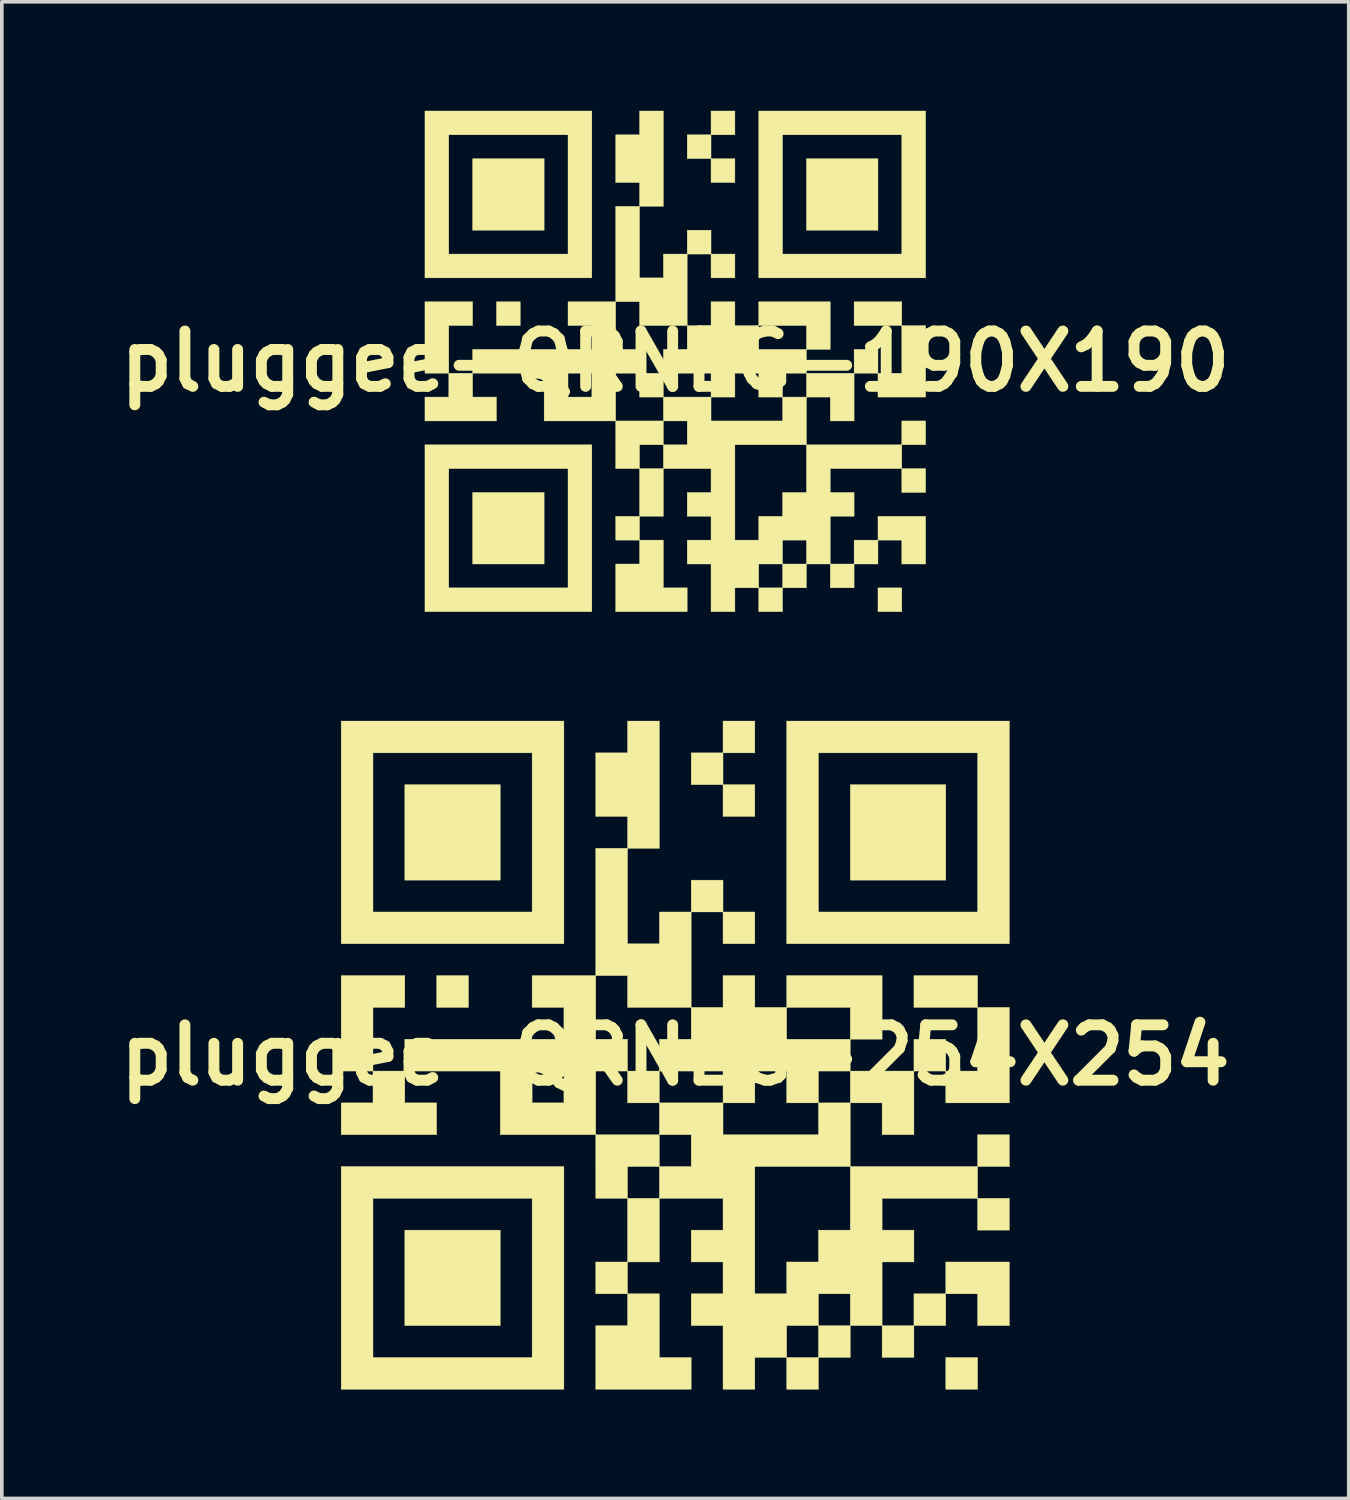
<source format=kicad_pcb>
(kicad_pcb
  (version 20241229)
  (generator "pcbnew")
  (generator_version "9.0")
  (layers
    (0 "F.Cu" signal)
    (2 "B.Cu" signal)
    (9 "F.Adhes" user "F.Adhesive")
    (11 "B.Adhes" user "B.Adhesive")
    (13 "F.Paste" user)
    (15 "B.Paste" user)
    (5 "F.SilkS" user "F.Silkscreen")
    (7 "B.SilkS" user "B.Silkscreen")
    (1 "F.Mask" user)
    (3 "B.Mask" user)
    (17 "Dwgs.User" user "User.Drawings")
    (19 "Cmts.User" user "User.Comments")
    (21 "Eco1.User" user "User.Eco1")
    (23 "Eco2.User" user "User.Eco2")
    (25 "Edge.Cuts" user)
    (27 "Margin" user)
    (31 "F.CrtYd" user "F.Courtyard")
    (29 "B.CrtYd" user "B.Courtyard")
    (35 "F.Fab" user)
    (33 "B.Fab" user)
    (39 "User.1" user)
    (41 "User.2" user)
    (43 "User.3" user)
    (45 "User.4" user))
  (footprint "pluggee-QRNEG-190X190"
    (layer "F.Cu")
    (at 15.538 6.896)
    (property "Reference" "pluggee-QRNEG-190X190" (at 0 0 0) (layer "F.SilkS") (effects (font (size 1.524 1.524) (thickness 0.3))))
    (attr through_hole)
    (fp_poly (pts (xy -4.266 -0.984) (xy -4.922 -0.984) (xy -4.922 -1.641) (xy -4.266 -1.641) (xy -4.266 -0.984)) (stroke (width 0.01) (type solid)) (fill yes) (layer "F.SilkS"))
    (fp_poly (pts (xy -3.61 -3.61) (xy -5.579 -3.61) (xy -5.579 -5.579) (xy -3.61 -5.579) (xy -3.61 -3.61)) (stroke (width 0.01) (type solid)) (fill yes) (layer "F.SilkS"))
    (fp_poly (pts (xy -3.61 5.579) (xy -5.579 5.579) (xy -5.579 3.61) (xy -3.61 3.61) (xy -3.61 5.579)) (stroke (width 0.01) (type solid)) (fill yes) (layer "F.SilkS"))
    (fp_poly (pts (xy -0.984 4.922) (xy -1.641 4.922) (xy -1.641 4.266) (xy -0.984 4.266) (xy -0.984 4.922)) (stroke (width 0.01) (type solid)) (fill yes) (layer "F.SilkS"))
    (fp_poly (pts (xy -0.328 0.984) (xy -0.984 0.984) (xy -0.984 0.328) (xy -0.328 0.328) (xy -0.328 0.984)) (stroke (width 0.01) (type solid)) (fill yes) (layer "F.SilkS"))
    (fp_poly (pts (xy 0.984 -5.579) (xy 0.328 -5.579) (xy 0.328 -6.235) (xy 0.984 -6.235) (xy 0.984 -5.579)) (stroke (width 0.01) (type solid)) (fill yes) (layer "F.SilkS"))
    (fp_poly (pts (xy 0.984 -2.953) (xy 0.328 -2.953) (xy 0.328 -3.61) (xy 0.984 -3.61) (xy 0.984 -2.953)) (stroke (width 0.01) (type solid)) (fill yes) (layer "F.SilkS"))
    (fp_poly (pts (xy 1.641 -6.235) (xy 0.984 -6.235) (xy 0.984 -6.891) (xy 1.641 -6.891) (xy 1.641 -6.235)) (stroke (width 0.01) (type solid)) (fill yes) (layer "F.SilkS"))
    (fp_poly (pts (xy 1.641 -4.922) (xy 0.984 -4.922) (xy 0.984 -5.579) (xy 1.641 -5.579) (xy 1.641 -4.922)) (stroke (width 0.01) (type solid)) (fill yes) (layer "F.SilkS"))
    (fp_poly (pts (xy 1.641 -2.297) (xy 0.984 -2.297) (xy 0.984 -2.953) (xy 1.641 -2.953) (xy 1.641 -2.297)) (stroke (width 0.01) (type solid)) (fill yes) (layer "F.SilkS"))
    (fp_poly (pts (xy 4.922 6.235) (xy 4.266 6.235) (xy 4.266 5.579) (xy 4.922 5.579) (xy 4.922 6.235)) (stroke (width 0.01) (type solid)) (fill yes) (layer "F.SilkS"))
    (fp_poly (pts (xy 5.579 -3.61) (xy 3.61 -3.61) (xy 3.61 -5.579) (xy 5.579 -5.579) (xy 5.579 -3.61)) (stroke (width 0.01) (type solid)) (fill yes) (layer "F.SilkS"))
    (fp_poly (pts (xy 5.579 0.328) (xy 4.922 0.328) (xy 4.922 -0.328) (xy 5.579 -0.328) (xy 5.579 0.328)) (stroke (width 0.01) (type solid)) (fill yes) (layer "F.SilkS"))
    (fp_poly (pts (xy 5.579 5.579) (xy 4.922 5.579) (xy 4.922 4.922) (xy 5.579 4.922) (xy 5.579 5.579)) (stroke (width 0.01) (type solid)) (fill yes) (layer "F.SilkS"))
    (fp_poly (pts (xy 6.235 -0.984) (xy 4.922 -0.984) (xy 4.922 -1.641) (xy 6.235 -1.641) (xy 6.235 -0.984)) (stroke (width 0.01) (type solid)) (fill yes) (layer "F.SilkS"))
    (fp_poly (pts (xy 6.235 6.891) (xy 5.579 6.891) (xy 5.579 6.235) (xy 6.235 6.235) (xy 6.235 6.891)) (stroke (width 0.01) (type solid)) (fill yes) (layer "F.SilkS"))
    (fp_poly (pts (xy 6.891 2.297) (xy 6.235 2.297) (xy 6.235 1.641) (xy 6.891 1.641) (xy 6.891 2.297)) (stroke (width 0.01) (type solid)) (fill yes) (layer "F.SilkS"))
    (fp_poly (pts (xy 6.891 3.61) (xy 6.235 3.61) (xy 6.235 2.953) (xy 6.891 2.953) (xy 6.891 3.61)) (stroke (width 0.01) (type solid)) (fill yes) (layer "F.SilkS"))
    (fp_poly (pts (xy -5.579 -0.984) (xy -6.235 -0.984) (xy -6.235 0.328) (xy -6.891 0.328) (xy -6.891 -1.641) (xy -5.579 -1.641) (xy -5.579 -0.984)) (stroke (width 0.01) (type solid)) (fill yes) (layer "F.SilkS"))
    (fp_poly (pts (xy 5.579 4.266) (xy 6.891 4.266) (xy 6.891 5.579) (xy 6.235 5.579) (xy 6.235 4.922) (xy 5.579 4.922) (xy 5.579 4.266)) (stroke (width 0.01) (type solid)) (fill yes) (layer "F.SilkS"))
    (fp_poly (pts (xy 6.891 0.984) (xy 5.579 0.984) (xy 5.579 0.328) (xy 6.235 0.328) (xy 6.235 -0.984) (xy 6.891 -0.984) (xy 6.891 0.984)) (stroke (width 0.01) (type solid)) (fill yes) (layer "F.SilkS"))
    (fp_poly (pts (xy -5.579 0.984) (xy -4.922 0.984) (xy -4.922 1.641) (xy -6.891 1.641) (xy -6.891 0.984) (xy -6.235 0.984) (xy -6.235 0.328) (xy -5.579 0.328) (xy -5.579 0.984)) (stroke (width 0.01) (type solid)) (fill yes) (layer "F.SilkS"))
    (fp_poly (pts (xy -0.328 -4.266) (xy -0.984 -4.266) (xy -0.984 -4.922) (xy -1.641 -4.922) (xy -1.641 -6.235) (xy -0.984 -6.235) (xy -0.984 -6.891) (xy -0.328 -6.891) (xy -0.328 -4.266)) (stroke (width 0.01) (type solid)) (fill yes) (layer "F.SilkS"))
    (fp_poly (pts (xy -0.328 6.235) (xy 0.328 6.235) (xy 0.328 6.891) (xy -1.641 6.891) (xy -1.641 5.579) (xy -0.984 5.579) (xy -0.984 4.922) (xy -0.328 4.922) (xy -0.328 6.235)) (stroke (width 0.01) (type solid)) (fill yes) (layer "F.SilkS"))
    (fp_poly (pts (xy -2.297 -2.297) (xy -6.891 -2.297) (xy -6.891 -6.235) (xy -6.235 -6.235) (xy -6.235 -2.953) (xy -2.953 -2.953) (xy -2.953 -6.235) (xy -6.235 -6.235) (xy -6.891 -6.235) (xy -6.891 -6.891) (xy -2.297 -6.891) (xy -2.297 -2.297)) (stroke (width 0.01) (type solid)) (fill yes) (layer "F.SilkS"))
    (fp_poly (pts (xy -2.297 6.891) (xy -6.891 6.891) (xy -6.891 2.953) (xy -6.235 2.953) (xy -6.235 6.235) (xy -2.953 6.235) (xy -2.953 2.953) (xy -6.235 2.953) (xy -6.891 2.953) (xy -6.891 2.297) (xy -2.297 2.297) (xy -2.297 6.891)) (stroke (width 0.01) (type solid)) (fill yes) (layer "F.SilkS"))
    (fp_poly (pts (xy 6.891 -2.297) (xy 2.297 -2.297) (xy 2.297 -6.235) (xy 2.953 -6.235) (xy 2.953 -2.953) (xy 6.235 -2.953) (xy 6.235 -6.235) (xy 2.953 -6.235) (xy 2.297 -6.235) (xy 2.297 -6.891) (xy 6.891 -6.891) (xy 6.891 -2.297)) (stroke (width 0.01) (type solid)) (fill yes) (layer "F.SilkS"))
    (fp_poly (pts (xy 6.235 2.297) (xy 6.235 2.953) (xy 4.266 2.953) (xy 4.266 3.61) (xy 4.922 3.61) (xy 4.922 4.266) (xy 4.266 4.266) (xy 4.266 5.579) (xy 3.61 5.579) (xy 3.61 6.235) (xy 2.953 6.235) (xy 2.953 6.891) (xy 2.297 6.891) (xy 2.297 6.235) (xy 1.641 6.235) (xy 1.641 6.891) (xy 0.984 6.891) (xy 0.984 5.579) (xy 2.297 5.579) (xy 2.297 6.235) (xy 2.953 6.235) (xy 2.953 5.579) (xy 2.297 5.579) (xy 0.984 5.579) (xy 0.328 5.579) (xy 0.328 4.922) (xy 0.984 4.922) (xy 0.984 4.266) (xy 0.328 4.266) (xy 0.328 3.61) (xy 0.984 3.61) (xy 0.984 2.953) (xy -0.328 2.953) (xy -0.328 4.266) (xy -0.984 4.266) (xy -0.984 2.953) (xy -1.641 2.953) (xy -1.641 2.297) (xy -0.984 2.297) (xy -0.984 2.953) (xy -0.328 2.953) (xy -0.328 2.297) (xy -0.984 2.297) (xy -1.641 2.297) (xy -1.641 1.641) (xy -3.61 1.641) (xy -3.61 0.328) (xy -2.953 0.328) (xy -2.953 0.984) (xy -2.297 0.984) (xy -2.297 0.328) (xy -2.953 0.328) (xy -3.61 0.328) (xy -5.579 0.328) (xy -5.579 -0.328) (xy -2.297 -0.328) (xy -2.297 -0.984) (xy -2.953 -0.984) (xy -2.953 -1.641) (xy -1.641 -1.641) (xy -1.641 -0.328) (xy -0.984 -0.328) (xy -0.984 0.328) (xy -1.641 0.328) (xy -1.641 1.641) (xy -0.328 1.641) (xy -0.328 2.297) (xy 0.328 2.297) (xy 1.641 2.297) (xy 1.641 4.922) (xy 2.297 4.922) (xy 2.953 4.922) (xy 2.953 5.579) (xy 3.61 5.579) (xy 3.61 4.922) (xy 2.953 4.922) (xy 2.297 4.922) (xy 2.297 4.266) (xy 2.953 4.266) (xy 2.953 3.61) (xy 3.61 3.61) (xy 3.61 2.297) (xy 1.641 2.297) (xy 0.328 2.297) (xy 0.328 1.641) (xy -0.328 1.641) (xy -0.328 0.984) (xy 0.984 0.984) (xy 0.984 1.641) (xy 2.953 1.641) (xy 2.953 0.984) (xy 2.297 0.984) (xy 2.297 0.328) (xy 2.953 0.328) (xy 2.953 0.984) (xy 3.61 0.984) (xy 3.61 0.328) (xy 2.953 0.328) (xy 2.297 0.328) (xy 1.641 0.328) (xy 1.641 0.984) (xy 0.984 0.984) (xy 0.984 0.328) (xy -0.328 0.328) (xy -0.328 -0.328) (xy 0.328 -0.328) (xy 0.328 -0.984) (xy -0.984 -0.984) (xy -0.984 -1.641) (xy -1.641 -1.641) (xy -1.641 -4.266) (xy -0.984 -4.266) (xy -0.984 -2.297) (xy -0.328 -2.297) (xy -0.328 -2.953) (xy 0.328 -2.953) (xy 0.328 -0.984) (xy 0.984 -0.984) (xy 0.984 -1.641) (xy 1.641 -1.641) (xy 1.641 -0.984) (xy 2.297 -0.984) (xy 2.297 -0.328) (xy 3.61 -0.328) (xy 3.61 -0.984) (xy 2.297 -0.984) (xy 2.297 -1.641) (xy 4.266 -1.641) (xy 4.266 -0.328) (xy 3.61 -0.328) (xy 3.61 0.328) (xy 4.922 0.328) (xy 4.922 1.641) (xy 4.266 1.641) (xy 4.266 0.984) (xy 3.61 0.984) (xy 3.61 2.297) (xy 6.235 2.297)) (stroke (width 0.01) (type solid)) (fill yes) (layer "F.SilkS")))
  (footprint "pluggee-QRNEG-254X254"
    (layer "F.Cu")
    (at 15.538 25.994)
    (property "Reference" "pluggee-QRNEG-254X254" (at 0 0 0) (layer "F.SilkS") (effects (font (size 1.524 1.524) (thickness 0.3))))
    (attr through_hole)
    (fp_poly (pts (xy -5.693 -1.314) (xy -6.569 -1.314) (xy -6.569 -2.19) (xy -5.693 -2.19) (xy -5.693 -1.314)) (stroke (width 0.01) (type solid)) (fill yes) (layer "F.SilkS"))
    (fp_poly (pts (xy -4.817 -4.817) (xy -7.445 -4.817) (xy -7.445 -7.445) (xy -4.817 -7.445) (xy -4.817 -4.817)) (stroke (width 0.01) (type solid)) (fill yes) (layer "F.SilkS"))
    (fp_poly (pts (xy -4.817 7.445) (xy -7.445 7.445) (xy -7.445 4.817) (xy -4.817 4.817) (xy -4.817 7.445)) (stroke (width 0.01) (type solid)) (fill yes) (layer "F.SilkS"))
    (fp_poly (pts (xy -1.314 6.569) (xy -2.19 6.569) (xy -2.19 5.693) (xy -1.314 5.693) (xy -1.314 6.569)) (stroke (width 0.01) (type solid)) (fill yes) (layer "F.SilkS"))
    (fp_poly (pts (xy -0.438 1.314) (xy -1.314 1.314) (xy -1.314 0.438) (xy -0.438 0.438) (xy -0.438 1.314)) (stroke (width 0.01) (type solid)) (fill yes) (layer "F.SilkS"))
    (fp_poly (pts (xy 1.314 -7.445) (xy 0.438 -7.445) (xy 0.438 -8.321) (xy 1.314 -8.321) (xy 1.314 -7.445)) (stroke (width 0.01) (type solid)) (fill yes) (layer "F.SilkS"))
    (fp_poly (pts (xy 1.314 -3.941) (xy 0.438 -3.941) (xy 0.438 -4.817) (xy 1.314 -4.817) (xy 1.314 -3.941)) (stroke (width 0.01) (type solid)) (fill yes) (layer "F.SilkS"))
    (fp_poly (pts (xy 2.19 -8.321) (xy 1.314 -8.321) (xy 1.314 -9.197) (xy 2.19 -9.197) (xy 2.19 -8.321)) (stroke (width 0.01) (type solid)) (fill yes) (layer "F.SilkS"))
    (fp_poly (pts (xy 2.19 -6.569) (xy 1.314 -6.569) (xy 1.314 -7.445) (xy 2.19 -7.445) (xy 2.19 -6.569)) (stroke (width 0.01) (type solid)) (fill yes) (layer "F.SilkS"))
    (fp_poly (pts (xy 2.19 -3.066) (xy 1.314 -3.066) (xy 1.314 -3.941) (xy 2.19 -3.941) (xy 2.19 -3.066)) (stroke (width 0.01) (type solid)) (fill yes) (layer "F.SilkS"))
    (fp_poly (pts (xy 6.569 8.321) (xy 5.693 8.321) (xy 5.693 7.445) (xy 6.569 7.445) (xy 6.569 8.321)) (stroke (width 0.01) (type solid)) (fill yes) (layer "F.SilkS"))
    (fp_poly (pts (xy 7.445 -4.817) (xy 4.817 -4.817) (xy 4.817 -7.445) (xy 7.445 -7.445) (xy 7.445 -4.817)) (stroke (width 0.01) (type solid)) (fill yes) (layer "F.SilkS"))
    (fp_poly (pts (xy 7.445 0.438) (xy 6.569 0.438) (xy 6.569 -0.438) (xy 7.445 -0.438) (xy 7.445 0.438)) (stroke (width 0.01) (type solid)) (fill yes) (layer "F.SilkS"))
    (fp_poly (pts (xy 7.445 7.445) (xy 6.569 7.445) (xy 6.569 6.569) (xy 7.445 6.569) (xy 7.445 7.445)) (stroke (width 0.01) (type solid)) (fill yes) (layer "F.SilkS"))
    (fp_poly (pts (xy 8.321 -1.314) (xy 6.569 -1.314) (xy 6.569 -2.19) (xy 8.321 -2.19) (xy 8.321 -1.314)) (stroke (width 0.01) (type solid)) (fill yes) (layer "F.SilkS"))
    (fp_poly (pts (xy 8.321 9.197) (xy 7.445 9.197) (xy 7.445 8.321) (xy 8.321 8.321) (xy 8.321 9.197)) (stroke (width 0.01) (type solid)) (fill yes) (layer "F.SilkS"))
    (fp_poly (pts (xy 9.197 3.066) (xy 8.321 3.066) (xy 8.321 2.19) (xy 9.197 2.19) (xy 9.197 3.066)) (stroke (width 0.01) (type solid)) (fill yes) (layer "F.SilkS"))
    (fp_poly (pts (xy 9.197 4.817) (xy 8.321 4.817) (xy 8.321 3.941) (xy 9.197 3.941) (xy 9.197 4.817)) (stroke (width 0.01) (type solid)) (fill yes) (layer "F.SilkS"))
    (fp_poly (pts (xy -7.445 -1.314) (xy -8.321 -1.314) (xy -8.321 0.438) (xy -9.197 0.438) (xy -9.197 -2.19) (xy -7.445 -2.19) (xy -7.445 -1.314)) (stroke (width 0.01) (type solid)) (fill yes) (layer "F.SilkS"))
    (fp_poly (pts (xy 7.445 5.693) (xy 9.197 5.693) (xy 9.197 7.445) (xy 8.321 7.445) (xy 8.321 6.569) (xy 7.445 6.569) (xy 7.445 5.693)) (stroke (width 0.01) (type solid)) (fill yes) (layer "F.SilkS"))
    (fp_poly (pts (xy 9.197 1.314) (xy 7.445 1.314) (xy 7.445 0.438) (xy 8.321 0.438) (xy 8.321 -1.314) (xy 9.197 -1.314) (xy 9.197 1.314)) (stroke (width 0.01) (type solid)) (fill yes) (layer "F.SilkS"))
    (fp_poly (pts (xy -7.445 1.314) (xy -6.569 1.314) (xy -6.569 2.19) (xy -9.197 2.19) (xy -9.197 1.314) (xy -8.321 1.314) (xy -8.321 0.438) (xy -7.445 0.438) (xy -7.445 1.314)) (stroke (width 0.01) (type solid)) (fill yes) (layer "F.SilkS"))
    (fp_poly (pts (xy -0.438 -5.693) (xy -1.314 -5.693) (xy -1.314 -6.569) (xy -2.19 -6.569) (xy -2.19 -8.321) (xy -1.314 -8.321) (xy -1.314 -9.197) (xy -0.438 -9.197) (xy -0.438 -5.693)) (stroke (width 0.01) (type solid)) (fill yes) (layer "F.SilkS"))
    (fp_poly (pts (xy -0.438 8.321) (xy 0.438 8.321) (xy 0.438 9.197) (xy -2.19 9.197) (xy -2.19 7.445) (xy -1.314 7.445) (xy -1.314 6.569) (xy -0.438 6.569) (xy -0.438 8.321)) (stroke (width 0.01) (type solid)) (fill yes) (layer "F.SilkS"))
    (fp_poly (pts (xy -3.066 -3.066) (xy -9.197 -3.066) (xy -9.197 -8.321) (xy -8.321 -8.321) (xy -8.321 -3.941) (xy -3.941 -3.941) (xy -3.941 -8.321) (xy -8.321 -8.321) (xy -9.197 -8.321) (xy -9.197 -9.197) (xy -3.066 -9.197) (xy -3.066 -3.066)) (stroke (width 0.01) (type solid)) (fill yes) (layer "F.SilkS"))
    (fp_poly (pts (xy -3.066 9.197) (xy -9.197 9.197) (xy -9.197 3.941) (xy -8.321 3.941) (xy -8.321 8.321) (xy -3.941 8.321) (xy -3.941 3.941) (xy -8.321 3.941) (xy -9.197 3.941) (xy -9.197 3.066) (xy -3.066 3.066) (xy -3.066 9.197)) (stroke (width 0.01) (type solid)) (fill yes) (layer "F.SilkS"))
    (fp_poly (pts (xy 9.197 -3.066) (xy 3.066 -3.066) (xy 3.066 -8.321) (xy 3.941 -8.321) (xy 3.941 -3.941) (xy 8.321 -3.941) (xy 8.321 -8.321) (xy 3.941 -8.321) (xy 3.066 -8.321) (xy 3.066 -9.197) (xy 9.197 -9.197) (xy 9.197 -3.066)) (stroke (width 0.01) (type solid)) (fill yes) (layer "F.SilkS"))
    (fp_poly (pts (xy 8.321 3.066) (xy 8.321 3.941) (xy 5.693 3.941) (xy 5.693 4.817) (xy 6.569 4.817) (xy 6.569 5.693) (xy 5.693 5.693) (xy 5.693 7.445) (xy 4.817 7.445) (xy 4.817 8.321) (xy 3.941 8.321) (xy 3.941 9.197) (xy 3.066 9.197) (xy 3.066 8.321) (xy 2.19 8.321) (xy 2.19 9.197) (xy 1.314 9.197) (xy 1.314 7.445) (xy 3.066 7.445) (xy 3.066 8.321) (xy 3.941 8.321) (xy 3.941 7.445) (xy 3.066 7.445) (xy 1.314 7.445) (xy 0.438 7.445) (xy 0.438 6.569) (xy 1.314 6.569) (xy 1.314 5.693) (xy 0.438 5.693) (xy 0.438 4.817) (xy 1.314 4.817) (xy 1.314 3.941) (xy -0.438 3.941) (xy -0.438 5.693) (xy -1.314 5.693) (xy -1.314 3.941) (xy -2.19 3.941) (xy -2.19 3.066) (xy -1.314 3.066) (xy -1.314 3.941) (xy -0.438 3.941) (xy -0.438 3.066) (xy -1.314 3.066) (xy -2.19 3.066) (xy -2.19 2.19) (xy -4.817 2.19) (xy -4.817 0.438) (xy -3.941 0.438) (xy -3.941 1.314) (xy -3.066 1.314) (xy -3.066 0.438) (xy -3.941 0.438) (xy -4.817 0.438) (xy -7.445 0.438) (xy -7.445 -0.438) (xy -3.066 -0.438) (xy -3.066 -1.314) (xy -3.941 -1.314) (xy -3.941 -2.19) (xy -2.19 -2.19) (xy -2.19 -0.438) (xy -1.314 -0.438) (xy -1.314 0.438) (xy -2.19 0.438) (xy -2.19 2.19) (xy -0.438 2.19) (xy -0.438 3.066) (xy 0.438 3.066) (xy 2.19 3.066) (xy 2.19 6.569) (xy 3.066 6.569) (xy 3.941 6.569) (xy 3.941 7.445) (xy 4.817 7.445) (xy 4.817 6.569) (xy 3.941 6.569) (xy 3.066 6.569) (xy 3.066 5.693) (xy 3.941 5.693) (xy 3.941 4.817) (xy 4.817 4.817) (xy 4.817 3.066) (xy 2.19 3.066) (xy 0.438 3.066) (xy 0.438 2.19) (xy -0.438 2.19) (xy -0.438 1.314) (xy 1.314 1.314) (xy 1.314 2.19) (xy 3.941 2.19) (xy 3.941 1.314) (xy 3.066 1.314) (xy 3.066 0.438) (xy 3.941 0.438) (xy 3.941 1.314) (xy 4.817 1.314) (xy 4.817 0.438) (xy 3.941 0.438) (xy 3.066 0.438) (xy 2.19 0.438) (xy 2.19 1.314) (xy 1.314 1.314) (xy 1.314 0.438) (xy -0.438 0.438) (xy -0.438 -0.438) (xy 0.438 -0.438) (xy 0.438 -1.314) (xy -1.314 -1.314) (xy -1.314 -2.19) (xy -2.19 -2.19) (xy -2.19 -5.693) (xy -1.314 -5.693) (xy -1.314 -3.066) (xy -0.438 -3.066) (xy -0.438 -3.941) (xy 0.438 -3.941) (xy 0.438 -1.314) (xy 1.314 -1.314) (xy 1.314 -2.19) (xy 2.19 -2.19) (xy 2.19 -1.314) (xy 3.066 -1.314) (xy 3.066 -0.438) (xy 4.817 -0.438) (xy 4.817 -1.314) (xy 3.066 -1.314) (xy 3.066 -2.19) (xy 5.693 -2.19) (xy 5.693 -0.438) (xy 4.817 -0.438) (xy 4.817 0.438) (xy 6.569 0.438) (xy 6.569 2.19) (xy 5.693 2.19) (xy 5.693 1.314) (xy 4.817 1.314) (xy 4.817 3.066) (xy 8.321 3.066)) (stroke (width 0.01) (type solid)) (fill yes) (layer "F.SilkS")))
  (gr_rect
    (start -3 -3)
    (end 34.075 38.196)
    (stroke (width 0.1) (type default))
    (fill no)
    (layer "Edge.Cuts")))
</source>
